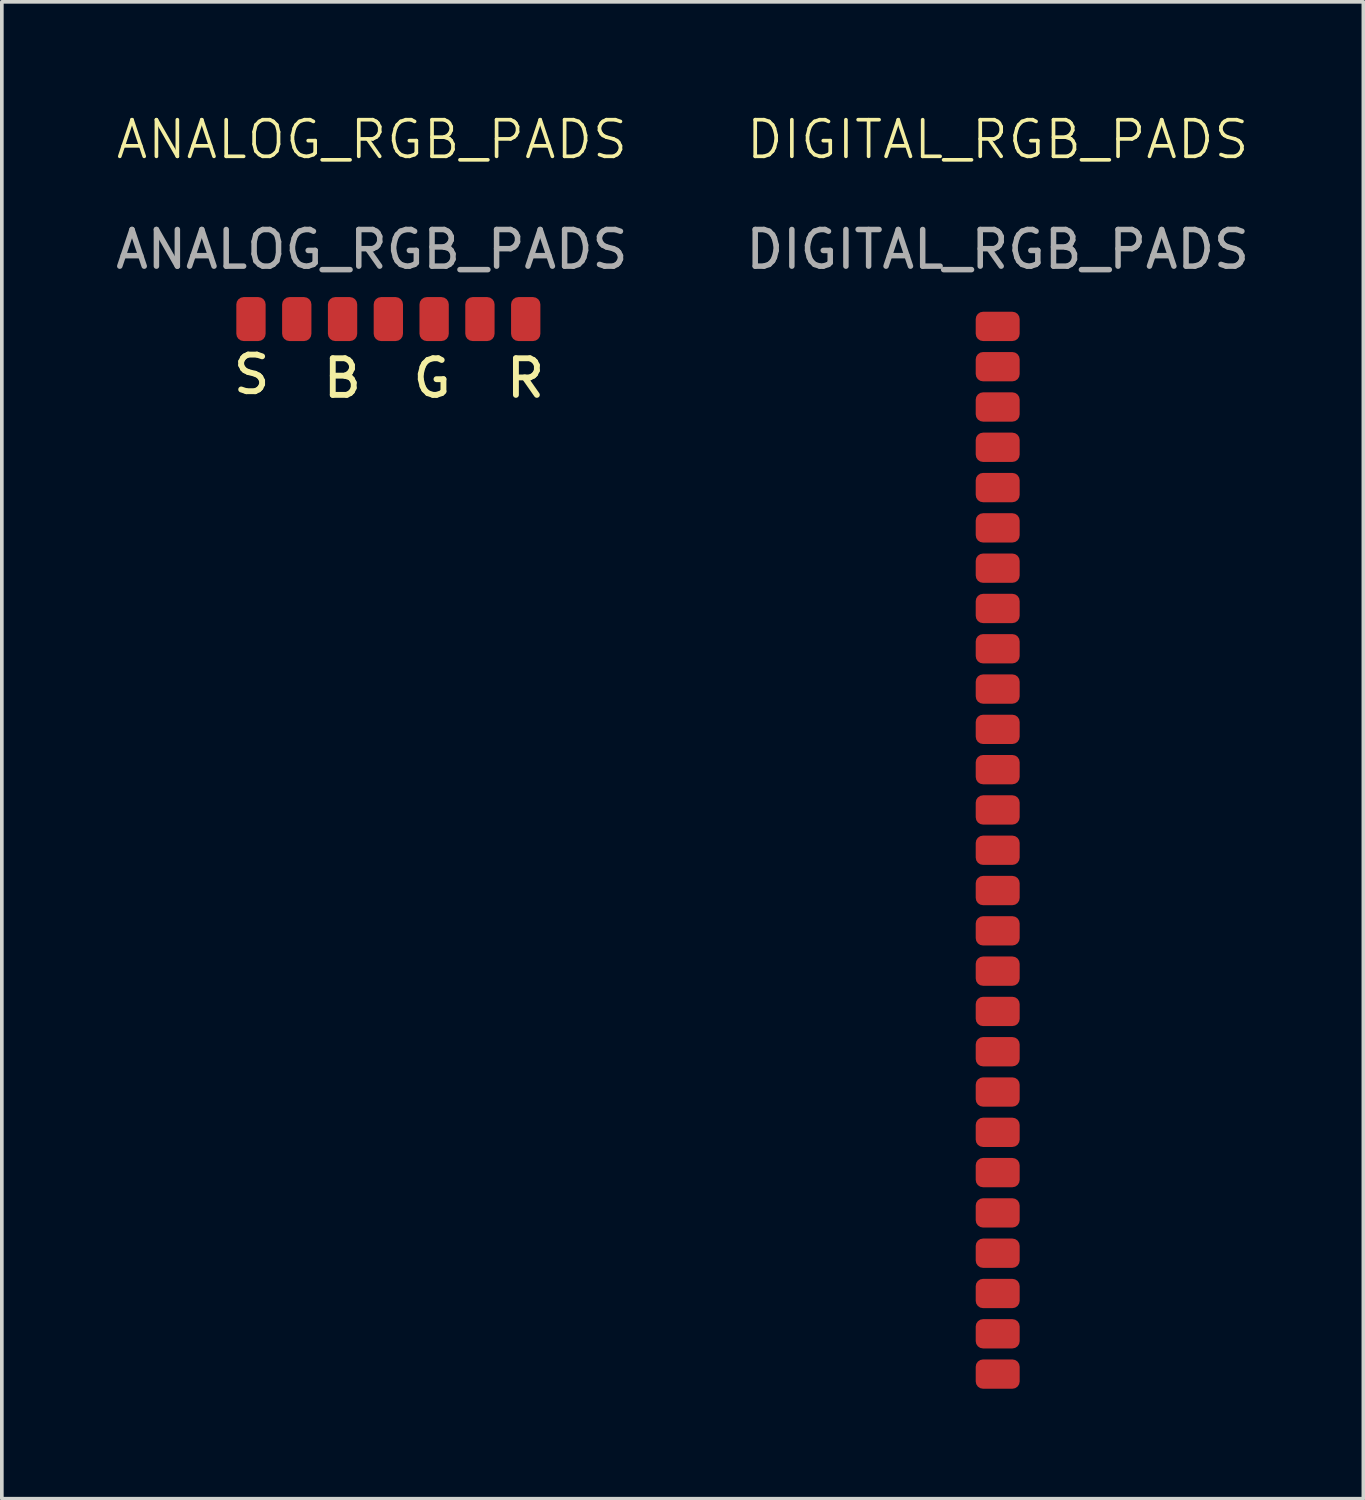
<source format=kicad_pcb>
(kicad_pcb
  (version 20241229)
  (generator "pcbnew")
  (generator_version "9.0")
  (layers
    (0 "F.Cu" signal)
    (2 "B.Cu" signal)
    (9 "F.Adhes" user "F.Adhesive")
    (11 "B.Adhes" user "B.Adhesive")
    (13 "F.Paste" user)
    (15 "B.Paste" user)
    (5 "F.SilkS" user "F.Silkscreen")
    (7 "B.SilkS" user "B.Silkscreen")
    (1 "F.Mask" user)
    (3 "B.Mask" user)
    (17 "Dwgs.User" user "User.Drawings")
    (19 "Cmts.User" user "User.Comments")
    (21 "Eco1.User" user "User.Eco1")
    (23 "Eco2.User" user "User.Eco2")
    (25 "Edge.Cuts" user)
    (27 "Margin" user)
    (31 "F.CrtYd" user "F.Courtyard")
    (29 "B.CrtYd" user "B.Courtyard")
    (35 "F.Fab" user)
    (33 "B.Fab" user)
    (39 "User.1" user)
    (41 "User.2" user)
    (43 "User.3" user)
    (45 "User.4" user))
  (footprint "DIGITAL_RGB_PADS"
    (layer "F.Cu")
    (at 24.185 1.26)
    (property "Reference" "DIGITAL_RGB_PADS" (at 0 -0.5 0) (unlocked yes) (layer "F.SilkS") (effects (font (size 1 1) (thickness 0.1))))
    (attr smd)
    (fp_text user "${REFERENCE}" (at 0 2.5 0) (unlocked yes) (layer "F.Fab") (effects (font (size 1 1) (thickness 0.15))))
    (pad "1" smd roundrect (at 0 4.6) (size 1.2 0.8) (layers "F.Cu" "F.Mask" "F.Paste") (roundrect_rratio 0.25))
    (pad "2" smd roundrect (at 0 5.7) (size 1.2 0.8) (layers "F.Cu" "F.Mask" "F.Paste") (roundrect_rratio 0.25))
    (pad "3" smd roundrect (at 0 6.8) (size 1.2 0.8) (layers "F.Cu" "F.Mask" "F.Paste") (roundrect_rratio 0.25))
    (pad "4" smd roundrect (at 0 7.9) (size 1.2 0.8) (layers "F.Cu" "F.Mask" "F.Paste") (roundrect_rratio 0.25))
    (pad "5" smd roundrect (at 0 9) (size 1.2 0.8) (layers "F.Cu" "F.Mask" "F.Paste") (roundrect_rratio 0.25))
    (pad "6" smd roundrect (at 0 10.1) (size 1.2 0.8) (layers "F.Cu" "F.Mask" "F.Paste") (roundrect_rratio 0.25))
    (pad "7" smd roundrect (at 0 11.2) (size 1.2 0.8) (layers "F.Cu" "F.Mask" "F.Paste") (roundrect_rratio 0.25))
    (pad "8" smd roundrect (at 0 12.3) (size 1.2 0.8) (layers "F.Cu" "F.Mask" "F.Paste") (roundrect_rratio 0.25))
    (pad "9" smd roundrect (at 0 13.4) (size 1.2 0.8) (layers "F.Cu" "F.Mask" "F.Paste") (roundrect_rratio 0.25))
    (pad "10" smd roundrect (at 0 14.5) (size 1.2 0.8) (layers "F.Cu" "F.Mask" "F.Paste") (roundrect_rratio 0.25))
    (pad "11" smd roundrect (at 0 15.6) (size 1.2 0.8) (layers "F.Cu" "F.Mask" "F.Paste") (roundrect_rratio 0.25))
    (pad "12" smd roundrect (at 0 16.7) (size 1.2 0.8) (layers "F.Cu" "F.Mask" "F.Paste") (roundrect_rratio 0.25))
    (pad "13" smd roundrect (at 0 17.8) (size 1.2 0.8) (layers "F.Cu" "F.Mask" "F.Paste") (roundrect_rratio 0.25))
    (pad "14" smd roundrect (at 0 18.9) (size 1.2 0.8) (layers "F.Cu" "F.Mask" "F.Paste") (roundrect_rratio 0.25))
    (pad "15" smd roundrect (at 0 20) (size 1.2 0.8) (layers "F.Cu" "F.Mask" "F.Paste") (roundrect_rratio 0.25))
    (pad "16" smd roundrect (at 0 21.1) (size 1.2 0.8) (layers "F.Cu" "F.Mask" "F.Paste") (roundrect_rratio 0.25))
    (pad "17" smd roundrect (at 0 22.2) (size 1.2 0.8) (layers "F.Cu" "F.Mask" "F.Paste") (roundrect_rratio 0.25))
    (pad "18" smd roundrect (at 0 23.3) (size 1.2 0.8) (layers "F.Cu" "F.Mask" "F.Paste") (roundrect_rratio 0.25))
    (pad "19" smd roundrect (at 0 24.4) (size 1.2 0.8) (layers "F.Cu" "F.Mask" "F.Paste") (roundrect_rratio 0.25))
    (pad "20" smd roundrect (at 0 25.5) (size 1.2 0.8) (layers "F.Cu" "F.Mask" "F.Paste") (roundrect_rratio 0.25))
    (pad "21" smd roundrect (at 0 26.6) (size 1.2 0.8) (layers "F.Cu" "F.Mask" "F.Paste") (roundrect_rratio 0.25))
    (pad "22" smd roundrect (at 0 27.7) (size 1.2 0.8) (layers "F.Cu" "F.Mask" "F.Paste") (roundrect_rratio 0.25))
    (pad "23" smd roundrect (at 0 28.8) (size 1.2 0.8) (layers "F.Cu" "F.Mask" "F.Paste") (roundrect_rratio 0.25))
    (pad "24" smd roundrect (at 0 29.9) (size 1.2 0.8) (layers "F.Cu" "F.Mask" "F.Paste") (roundrect_rratio 0.25))
    (pad "25" smd roundrect (at 0 31) (size 1.2 0.8) (layers "F.Cu" "F.Mask" "F.Paste") (roundrect_rratio 0.25))
    (pad "26" smd roundrect (at 0 32.1) (size 1.2 0.8) (layers "F.Cu" "F.Mask" "F.Paste") (roundrect_rratio 0.25))
    (pad "27" smd roundrect (at 0 33.2) (size 1.2 0.8) (layers "F.Cu" "F.Mask" "F.Paste") (roundrect_rratio 0.25)))
  (footprint "ANALOG_RGB_PADS"
    (layer "F.Cu")
    (at 7.101 1.26)
    (property "Reference" "ANALOG_RGB_PADS" (at 0 -0.5 0) (unlocked yes) (layer "F.SilkS") (effects (font (size 1 1) (thickness 0.1))))
    (attr smd)
    (fp_text user "S" (at -2.7 6.5 0) (unlocked yes) (layer "F.SilkS") (effects (font (size 1 1) (thickness 0.16)) (justify right bottom)))
    (fp_text user "B" (at -0.2 6.6 0) (unlocked yes) (layer "F.SilkS") (effects (font (size 1 1) (thickness 0.16)) (justify right bottom)))
    (fp_text user "R" (at 4.8 6.6 0) (unlocked yes) (layer "F.SilkS") (effects (font (size 1 1) (thickness 0.16)) (justify right bottom)))
    (fp_text user "G" (at 2.25 6.6 0) (unlocked yes) (layer "F.SilkS") (effects (font (size 1 1) (thickness 0.16)) (justify right bottom)))
    (fp_text user "${REFERENCE}" (at 0 2.5 0) (unlocked yes) (layer "F.Fab") (effects (font (size 1 1) (thickness 0.15))))
    (pad "1" smd roundrect (at 4.2 4.4) (size 0.8 1.2) (layers "F.Cu" "F.Mask" "F.Paste") (roundrect_rratio 0.25))
    (pad "2" smd roundrect (at 2.95 4.4) (size 0.8 1.2) (layers "F.Cu" "F.Mask" "F.Paste") (roundrect_rratio 0.25))
    (pad "3" smd roundrect (at 1.7 4.4) (size 0.8 1.2) (layers "F.Cu" "F.Mask" "F.Paste") (roundrect_rratio 0.25))
    (pad "4" smd roundrect (at 0.45 4.4) (size 0.8 1.2) (layers "F.Cu" "F.Mask" "F.Paste") (roundrect_rratio 0.25))
    (pad "5" smd roundrect (at -0.8 4.4) (size 0.8 1.2) (layers "F.Cu" "F.Mask" "F.Paste") (roundrect_rratio 0.25))
    (pad "6" smd roundrect (at -2.05 4.4) (size 0.8 1.2) (layers "F.Cu" "F.Mask" "F.Paste") (roundrect_rratio 0.25))
    (pad "7" smd roundrect (at -3.3 4.4) (size 0.8 1.2) (layers "F.Cu" "F.Mask" "F.Paste") (roundrect_rratio 0.25)))
  (gr_rect
    (start -3 -3)
    (end 34.167 37.861)
    (stroke (width 0.1) (type default))
    (fill no)
    (layer "Edge.Cuts")))
</source>
